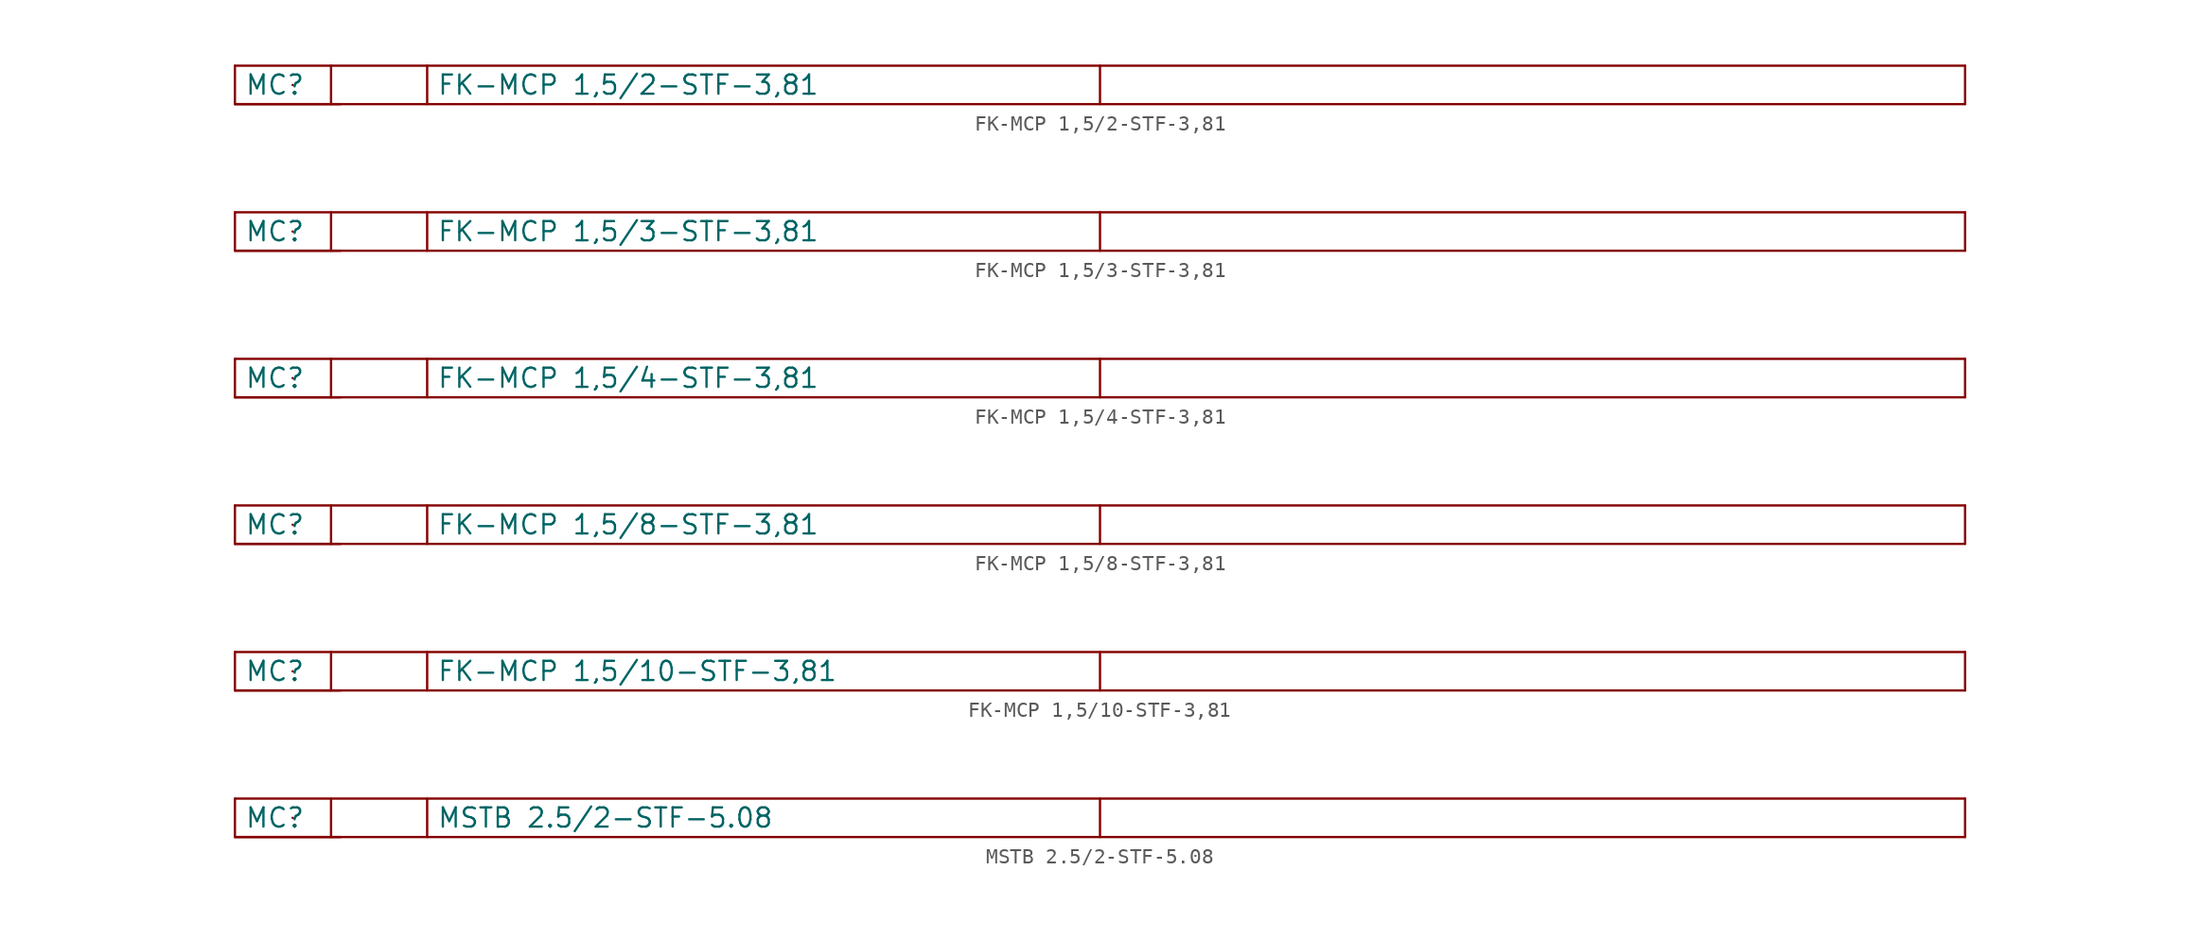
<source format=kicad_sym>
(kicad_symbol_lib
  (version 20231120)
  (generator "kicad_symbol_editor")
  (generator_version "8.0")
  (symbol "FK-MCP 1,5/2-STF-3,81"
    (pin_numbers hide)
    (pin_names
      (offset 0) hide)
    (property "Reference" "MC"
      (at 0.635 1.27 0)
      (do_not_autoplace)
      (effects (font (size 1.27 1.27)) (justify left)))
    (property "Value" "FK-MCP 1,5/2-STF-3,81"
      (at 13.335 1.27 0)
      (do_not_autoplace)
      (effects (font (size 1.27 1.27)) (justify left)))
    (property "Z-SYSCODE" ""
      (at 6.985 1.27 0)
      (do_not_autoplace)
      (effects (font (size 1.27 1.27)) (justify left)))
    (property "Assembly_Note" ""
      (at 57.785 1.27 0)
      (do_not_autoplace)
      (effects (font (size 1.27 1.27)) (justify left)))
    (symbol "FK-MCP 1,5/2-STF-3,81_0_1"
      (polyline (pts (xy 0 0) (xy 0 2.54)) (stroke (width 0.152) (type default)) (fill (type none)))
      (polyline (pts (xy 6.35 0) (xy 6.35 2.54)) (stroke (width 0.152) (type default)) (fill (type none)))
      (polyline (pts (xy 6.985 0) (xy 0 0)) (stroke (width 0.152) (type default)) (fill (type none)))
      (polyline (pts (xy 12.7 0) (xy 12.7 2.54)) (stroke (width 0.152) (type default)) (fill (type none)))
      (polyline (pts (xy 57.15 0) (xy 57.15 2.54)) (stroke (width 0.152) (type default)) (fill (type none)))
      (polyline (pts (xy 114.3 0) (xy 0 0)) (stroke (width 0.152) (type default)) (fill (type none)))
      (polyline (pts (xy 114.3 0) (xy 114.3 2.54)) (stroke (width 0.152) (type default)) (fill (type none)))
      (polyline (pts (xy 114.3 2.54) (xy 0 2.54)) (stroke (width 0.152) (type default)) (fill (type none)))
      (rectangle (start 3.81 1.27) (end 3.81 1.27) (stroke (width 0.152) (type default)) (fill (type none)))))
  (symbol "FK-MCP 1,5/3-STF-3,81"
    (pin_numbers hide)
    (pin_names
      (offset 0) hide)
    (property "Reference" "MC"
      (at 0.635 1.27 0)
      (do_not_autoplace)
      (effects (font (size 1.27 1.27)) (justify left)))
    (property "Value" "FK-MCP 1,5/3-STF-3,81"
      (at 13.335 1.27 0)
      (do_not_autoplace)
      (effects (font (size 1.27 1.27)) (justify left)))
    (property "Z-SYSCODE" ""
      (at 6.985 1.27 0)
      (do_not_autoplace)
      (effects (font (size 1.27 1.27)) (justify left)))
    (property "Assembly_Note" ""
      (at 57.785 1.27 0)
      (do_not_autoplace)
      (effects (font (size 1.27 1.27) (italic yes)) (justify left)))
    (symbol "FK-MCP 1,5/3-STF-3,81_0_1"
      (polyline (pts (xy 0 0) (xy 0 2.54)) (stroke (width 0.152) (type default)) (fill (type none)))
      (polyline (pts (xy 6.35 0) (xy 6.35 2.54)) (stroke (width 0.152) (type default)) (fill (type none)))
      (polyline (pts (xy 6.985 0) (xy 0 0)) (stroke (width 0.152) (type default)) (fill (type none)))
      (polyline (pts (xy 12.7 0) (xy 12.7 2.54)) (stroke (width 0.152) (type default)) (fill (type none)))
      (polyline (pts (xy 57.15 0) (xy 57.15 2.54)) (stroke (width 0.152) (type default)) (fill (type none)))
      (polyline (pts (xy 114.3 0) (xy 0 0)) (stroke (width 0.152) (type default)) (fill (type none)))
      (polyline (pts (xy 114.3 0) (xy 114.3 2.54)) (stroke (width 0.152) (type default)) (fill (type none)))
      (polyline (pts (xy 114.3 2.54) (xy 0 2.54)) (stroke (width 0.152) (type default)) (fill (type none)))
      (rectangle (start 3.81 1.27) (end 3.81 1.27) (stroke (width 0.152) (type default)) (fill (type none)))))
  (symbol "FK-MCP 1,5/4-STF-3,81"
    (pin_numbers hide)
    (pin_names
      (offset 0) hide)
    (property "Reference" "MC"
      (at 0.635 1.27 0)
      (do_not_autoplace)
      (effects (font (size 1.27 1.27)) (justify left)))
    (property "Value" "FK-MCP 1,5/4-STF-3,81"
      (at 13.335 1.27 0)
      (do_not_autoplace)
      (effects (font (size 1.27 1.27)) (justify left)))
    (property "Z-SYSCODE" ""
      (at 6.985 1.27 0)
      (do_not_autoplace)
      (effects (font (size 1.27 1.27)) (justify left)))
    (property "Assembly_Note" ""
      (at 57.785 1.27 0)
      (do_not_autoplace)
      (effects (font (size 1.27 1.27) (italic yes)) (justify left)))
    (symbol "FK-MCP 1,5/4-STF-3,81_0_1"
      (polyline (pts (xy 0 0) (xy 0 2.54)) (stroke (width 0.152) (type default)) (fill (type none)))
      (polyline (pts (xy 6.35 0) (xy 6.35 2.54)) (stroke (width 0.152) (type default)) (fill (type none)))
      (polyline (pts (xy 6.985 0) (xy 0 0)) (stroke (width 0.152) (type default)) (fill (type none)))
      (polyline (pts (xy 12.7 0) (xy 12.7 2.54)) (stroke (width 0.152) (type default)) (fill (type none)))
      (polyline (pts (xy 57.15 0) (xy 57.15 2.54)) (stroke (width 0.152) (type default)) (fill (type none)))
      (polyline (pts (xy 114.3 0) (xy 0 0)) (stroke (width 0.152) (type default)) (fill (type none)))
      (polyline (pts (xy 114.3 0) (xy 114.3 2.54)) (stroke (width 0.152) (type default)) (fill (type none)))
      (polyline (pts (xy 114.3 2.54) (xy 0 2.54)) (stroke (width 0.152) (type default)) (fill (type none)))
      (rectangle (start 3.81 1.27) (end 3.81 1.27) (stroke (width 0.152) (type default)) (fill (type none)))))
  (symbol "FK-MCP 1,5/8-STF-3,81"
    (pin_numbers hide)
    (pin_names
      (offset 0) hide)
    (property "Reference" "MC"
      (at 0.635 1.27 0)
      (do_not_autoplace)
      (effects (font (size 1.27 1.27)) (justify left)))
    (property "Value" "FK-MCP 1,5/8-STF-3,81"
      (at 13.335 1.27 0)
      (do_not_autoplace)
      (effects (font (size 1.27 1.27)) (justify left)))
    (property "Z-SYSCODE" ""
      (at 6.985 1.27 0)
      (do_not_autoplace)
      (effects (font (size 1.27 1.27)) (justify left)))
    (property "Assembly_Note" ""
      (at 57.785 1.27 0)
      (do_not_autoplace)
      (effects (font (size 1.27 1.27) (italic yes)) (justify left)))
    (symbol "FK-MCP 1,5/8-STF-3,81_0_1"
      (polyline (pts (xy 0 0) (xy 0 2.54)) (stroke (width 0.152) (type default)) (fill (type none)))
      (polyline (pts (xy 6.35 0) (xy 6.35 2.54)) (stroke (width 0.152) (type default)) (fill (type none)))
      (polyline (pts (xy 6.985 0) (xy 0 0)) (stroke (width 0.152) (type default)) (fill (type none)))
      (polyline (pts (xy 12.7 0) (xy 12.7 2.54)) (stroke (width 0.152) (type default)) (fill (type none)))
      (polyline (pts (xy 57.15 0) (xy 57.15 2.54)) (stroke (width 0.152) (type default)) (fill (type none)))
      (polyline (pts (xy 114.3 0) (xy 0 0)) (stroke (width 0.152) (type default)) (fill (type none)))
      (polyline (pts (xy 114.3 0) (xy 114.3 2.54)) (stroke (width 0.152) (type default)) (fill (type none)))
      (polyline (pts (xy 114.3 2.54) (xy 0 2.54)) (stroke (width 0.152) (type default)) (fill (type none)))
      (rectangle (start 3.81 1.27) (end 3.81 1.27) (stroke (width 0.152) (type default)) (fill (type none)))))
  (symbol "FK-MCP 1,5/10-STF-3,81"
    (pin_numbers hide)
    (pin_names
      (offset 0) hide)
    (property "Reference" "MC"
      (at 0.635 1.27 0)
      (do_not_autoplace)
      (effects (font (size 1.27 1.27)) (justify left)))
    (property "Value" "FK-MCP 1,5/10-STF-3,81"
      (at 13.335 1.27 0)
      (do_not_autoplace)
      (effects (font (size 1.27 1.27)) (justify left)))
    (property "Z-SYSCODE" ""
      (at 6.985 1.27 0)
      (do_not_autoplace)
      (effects (font (size 1.27 1.27)) (justify left)))
    (property "Assembly_Note" ""
      (at 57.785 1.27 0)
      (do_not_autoplace)
      (effects (font (size 1.27 1.27) (italic yes)) (justify left)))
    (symbol "FK-MCP 1,5/10-STF-3,81_0_1"
      (polyline (pts (xy 0 0) (xy 0 2.54)) (stroke (width 0.152) (type default)) (fill (type none)))
      (polyline (pts (xy 6.35 0) (xy 6.35 2.54)) (stroke (width 0.152) (type default)) (fill (type none)))
      (polyline (pts (xy 6.985 0) (xy 0 0)) (stroke (width 0.152) (type default)) (fill (type none)))
      (polyline (pts (xy 12.7 0) (xy 12.7 2.54)) (stroke (width 0.152) (type default)) (fill (type none)))
      (polyline (pts (xy 57.15 0) (xy 57.15 2.54)) (stroke (width 0.152) (type default)) (fill (type none)))
      (polyline (pts (xy 114.3 0) (xy 0 0)) (stroke (width 0.152) (type default)) (fill (type none)))
      (polyline (pts (xy 114.3 0) (xy 114.3 2.54)) (stroke (width 0.152) (type default)) (fill (type none)))
      (polyline (pts (xy 114.3 2.54) (xy 0 2.54)) (stroke (width 0.152) (type default)) (fill (type none)))
      (rectangle (start 3.81 1.27) (end 3.81 1.27) (stroke (width 0.152) (type default)) (fill (type none)))))
  (symbol "MSTB 2.5/2-STF-5.08"
    (pin_numbers hide)
    (pin_names
      (offset 0) hide)
    (property "Reference" "MC"
      (at 0.635 1.27 0)
      (do_not_autoplace)
      (effects (font (size 1.27 1.27)) (justify left)))
    (property "Value" "MSTB 2.5/2-STF-5.08"
      (at 13.335 1.27 0)
      (do_not_autoplace)
      (effects (font (size 1.27 1.27)) (justify left)))
    (property "Z-SYSCODE" ""
      (at 6.985 1.27 0)
      (do_not_autoplace)
      (effects (font (size 1.27 1.27)) (justify left)))
    (property "Assembly_Note" ""
      (at 57.785 1.27 0)
      (do_not_autoplace)
      (effects (font (size 1.27 1.27)) (justify left)))
    (symbol "MSTB 2.5/2-STF-5.08_0_1"
      (polyline (pts (xy 0 0) (xy 0 2.54)) (stroke (width 0.152) (type default)) (fill (type none)))
      (polyline (pts (xy 6.35 0) (xy 6.35 2.54)) (stroke (width 0.152) (type default)) (fill (type none)))
      (polyline (pts (xy 6.985 0) (xy 0 0)) (stroke (width 0.152) (type default)) (fill (type none)))
      (polyline (pts (xy 12.7 0) (xy 12.7 2.54)) (stroke (width 0.152) (type default)) (fill (type none)))
      (polyline (pts (xy 57.15 0) (xy 57.15 2.54)) (stroke (width 0.152) (type default)) (fill (type none)))
      (polyline (pts (xy 114.3 0) (xy 0 0)) (stroke (width 0.152) (type default)) (fill (type none)))
      (polyline (pts (xy 114.3 0) (xy 114.3 2.54)) (stroke (width 0.152) (type default)) (fill (type none)))
      (polyline (pts (xy 114.3 2.54) (xy 0 2.54)) (stroke (width 0.152) (type default)) (fill (type none)))
      (rectangle (start 3.81 1.27) (end 3.81 1.27) (stroke (width 0.152) (type default)) (fill (type none))))))
</source>
